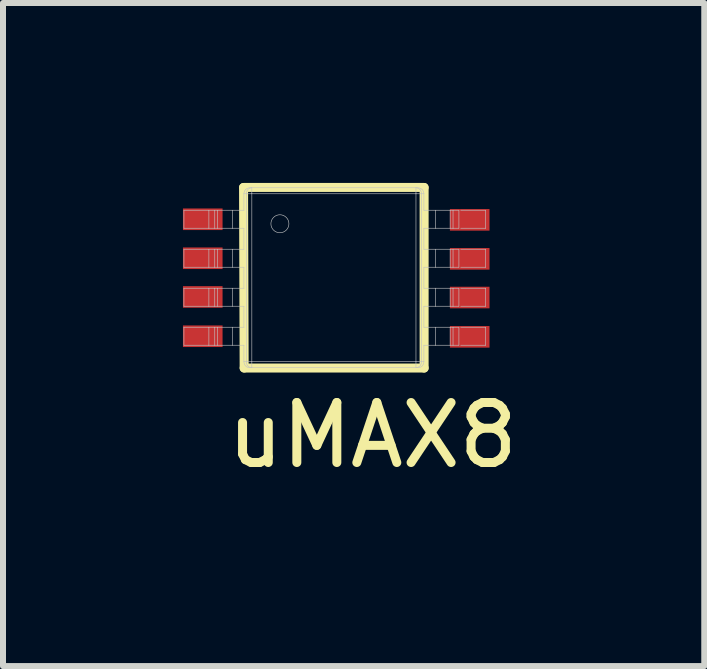
<source format=kicad_pcb>
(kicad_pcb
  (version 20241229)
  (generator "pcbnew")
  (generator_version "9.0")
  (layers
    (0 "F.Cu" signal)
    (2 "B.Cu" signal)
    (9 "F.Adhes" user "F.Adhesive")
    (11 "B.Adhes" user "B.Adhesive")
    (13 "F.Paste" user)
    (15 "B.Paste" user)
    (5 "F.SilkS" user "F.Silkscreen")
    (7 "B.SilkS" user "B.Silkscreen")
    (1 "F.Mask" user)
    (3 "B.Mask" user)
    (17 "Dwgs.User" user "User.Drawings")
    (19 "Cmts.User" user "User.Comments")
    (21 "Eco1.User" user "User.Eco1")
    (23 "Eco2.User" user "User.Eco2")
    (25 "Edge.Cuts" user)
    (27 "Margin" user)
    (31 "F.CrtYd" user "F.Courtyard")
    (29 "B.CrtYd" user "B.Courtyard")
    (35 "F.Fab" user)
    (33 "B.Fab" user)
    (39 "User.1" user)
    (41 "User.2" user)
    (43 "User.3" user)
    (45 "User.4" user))
  (footprint "uMAX8"
    (layer "F.Cu")
    (at 2.55 1.575)
    (property "Reference" "uMAX8" (at 0.61 2.63 0) (layer "F.SilkS") (effects (font (size 1 1) (thickness 0.15))))
    (attr through_hole)
    (fp_line (start -1.54 -1.5) (end 1.47 -1.5) (stroke (width 0.15) (type solid)) (layer "F.SilkS"))
    (fp_line (start -1.53 1.51) (end -1.54 -1.5) (stroke (width 0.15) (type solid)) (layer "F.SilkS"))
    (fp_line (start 1.47 -1.5) (end 1.47 1.51) (stroke (width 0.15) (type solid)) (layer "F.SilkS"))
    (fp_line (start 1.47 1.51) (end -1.53 1.51) (stroke (width 0.15) (type solid)) (layer "F.SilkS"))
    (fp_line (start -2.534 -0.82) (end -2.534 -1.12) (stroke (width 0.01) (type solid)) (layer "Dwgs.User"))
    (fp_line (start -2.534 -0.82) (end -2.118 -0.82) (stroke (width 0.01) (type solid)) (layer "Dwgs.User"))
    (fp_line (start -2.534 -0.17) (end -2.534 -0.47) (stroke (width 0.01) (type solid)) (layer "Dwgs.User"))
    (fp_line (start -2.534 -0.17) (end -2.118 -0.17) (stroke (width 0.01) (type solid)) (layer "Dwgs.User"))
    (fp_line (start -2.534 0.48) (end -2.534 0.18) (stroke (width 0.01) (type solid)) (layer "Dwgs.User"))
    (fp_line (start -2.534 0.48) (end -2.118 0.48) (stroke (width 0.01) (type solid)) (layer "Dwgs.User"))
    (fp_line (start -2.534 1.13) (end -2.534 0.83) (stroke (width 0.01) (type solid)) (layer "Dwgs.User"))
    (fp_line (start -2.534 1.13) (end -2.118 1.13) (stroke (width 0.01) (type solid)) (layer "Dwgs.User"))
    (fp_line (start -2.118 -1.12) (end -2.534 -1.12) (stroke (width 0.01) (type solid)) (layer "Dwgs.User"))
    (fp_line (start -2.118 -1.12) (end -2.02 -1.12) (stroke (width 0.01) (type solid)) (layer "Dwgs.User"))
    (fp_line (start -2.118 -0.82) (end -2.118 -1.12) (stroke (width 0.01) (type solid)) (layer "Dwgs.User"))
    (fp_line (start -2.118 -0.82) (end -2.02 -0.82) (stroke (width 0.01) (type solid)) (layer "Dwgs.User"))
    (fp_line (start -2.118 -0.47) (end -2.534 -0.47) (stroke (width 0.01) (type solid)) (layer "Dwgs.User"))
    (fp_line (start -2.118 -0.47) (end -2.02 -0.47) (stroke (width 0.01) (type solid)) (layer "Dwgs.User"))
    (fp_line (start -2.118 -0.17) (end -2.118 -0.47) (stroke (width 0.01) (type solid)) (layer "Dwgs.User"))
    (fp_line (start -2.118 -0.17) (end -2.02 -0.17) (stroke (width 0.01) (type solid)) (layer "Dwgs.User"))
    (fp_line (start -2.118 0.18) (end -2.534 0.18) (stroke (width 0.01) (type solid)) (layer "Dwgs.User"))
    (fp_line (start -2.118 0.18) (end -2.02 0.18) (stroke (width 0.01) (type solid)) (layer "Dwgs.User"))
    (fp_line (start -2.118 0.48) (end -2.118 0.18) (stroke (width 0.01) (type solid)) (layer "Dwgs.User"))
    (fp_line (start -2.118 0.48) (end -2.02 0.48) (stroke (width 0.01) (type solid)) (layer "Dwgs.User"))
    (fp_line (start -2.118 0.83) (end -2.534 0.83) (stroke (width 0.01) (type solid)) (layer "Dwgs.User"))
    (fp_line (start -2.118 0.83) (end -2.02 0.83) (stroke (width 0.01) (type solid)) (layer "Dwgs.User"))
    (fp_line (start -2.118 1.13) (end -2.118 0.83) (stroke (width 0.01) (type solid)) (layer "Dwgs.User"))
    (fp_line (start -2.118 1.13) (end -2.02 1.13) (stroke (width 0.01) (type solid)) (layer "Dwgs.User"))
    (fp_line (start -2.02 -1.12) (end -2.02 -0.82) (stroke (width 0.01) (type solid)) (layer "Dwgs.User"))
    (fp_line (start -2.02 -0.82) (end -1.972 -0.82) (stroke (width 0.01) (type solid)) (layer "Dwgs.User"))
    (fp_line (start -2.02 -0.47) (end -2.02 -0.17) (stroke (width 0.01) (type solid)) (layer "Dwgs.User"))
    (fp_line (start -2.02 -0.17) (end -1.972 -0.17) (stroke (width 0.01) (type solid)) (layer "Dwgs.User"))
    (fp_line (start -2.02 0.18) (end -2.02 0.48) (stroke (width 0.01) (type solid)) (layer "Dwgs.User"))
    (fp_line (start -2.02 0.48) (end -1.972 0.48) (stroke (width 0.01) (type solid)) (layer "Dwgs.User"))
    (fp_line (start -2.02 0.83) (end -2.02 1.13) (stroke (width 0.01) (type solid)) (layer "Dwgs.User"))
    (fp_line (start -2.02 1.13) (end -1.972 1.13) (stroke (width 0.01) (type solid)) (layer "Dwgs.User"))
    (fp_line (start -1.972 -1.12) (end -2.02 -1.12) (stroke (width 0.01) (type solid)) (layer "Dwgs.User"))
    (fp_line (start -1.972 -1.12) (end -1.972 -0.82) (stroke (width 0.01) (type solid)) (layer "Dwgs.User"))
    (fp_line (start -1.972 -0.82) (end -1.726 -0.82) (stroke (width 0.01) (type solid)) (layer "Dwgs.User"))
    (fp_line (start -1.972 -0.47) (end -2.02 -0.47) (stroke (width 0.01) (type solid)) (layer "Dwgs.User"))
    (fp_line (start -1.972 -0.47) (end -1.972 -0.17) (stroke (width 0.01) (type solid)) (layer "Dwgs.User"))
    (fp_line (start -1.972 -0.17) (end -1.726 -0.17) (stroke (width 0.01) (type solid)) (layer "Dwgs.User"))
    (fp_line (start -1.972 0.18) (end -2.02 0.18) (stroke (width 0.01) (type solid)) (layer "Dwgs.User"))
    (fp_line (start -1.972 0.18) (end -1.972 0.48) (stroke (width 0.01) (type solid)) (layer "Dwgs.User"))
    (fp_line (start -1.972 0.48) (end -1.726 0.48) (stroke (width 0.01) (type solid)) (layer "Dwgs.User"))
    (fp_line (start -1.972 0.83) (end -2.02 0.83) (stroke (width 0.01) (type solid)) (layer "Dwgs.User"))
    (fp_line (start -1.972 0.83) (end -1.972 1.13) (stroke (width 0.01) (type solid)) (layer "Dwgs.User"))
    (fp_line (start -1.972 1.13) (end -1.726 1.13) (stroke (width 0.01) (type solid)) (layer "Dwgs.User"))
    (fp_line (start -1.726 -1.12) (end -1.972 -1.12) (stroke (width 0.01) (type solid)) (layer "Dwgs.User"))
    (fp_line (start -1.726 -1.12) (end -1.726 -0.82) (stroke (width 0.01) (type solid)) (layer "Dwgs.User"))
    (fp_line (start -1.726 -0.82) (end -1.532 -0.82) (stroke (width 0.01) (type solid)) (layer "Dwgs.User"))
    (fp_line (start -1.726 -0.47) (end -1.972 -0.47) (stroke (width 0.01) (type solid)) (layer "Dwgs.User"))
    (fp_line (start -1.726 -0.47) (end -1.726 -0.17) (stroke (width 0.01) (type solid)) (layer "Dwgs.User"))
    (fp_line (start -1.726 -0.17) (end -1.532 -0.17) (stroke (width 0.01) (type solid)) (layer "Dwgs.User"))
    (fp_line (start -1.726 0.18) (end -1.972 0.18) (stroke (width 0.01) (type solid)) (layer "Dwgs.User"))
    (fp_line (start -1.726 0.18) (end -1.726 0.48) (stroke (width 0.01) (type solid)) (layer "Dwgs.User"))
    (fp_line (start -1.726 0.48) (end -1.532 0.48) (stroke (width 0.01) (type solid)) (layer "Dwgs.User"))
    (fp_line (start -1.726 0.83) (end -1.972 0.83) (stroke (width 0.01) (type solid)) (layer "Dwgs.User"))
    (fp_line (start -1.726 0.83) (end -1.726 1.13) (stroke (width 0.01) (type solid)) (layer "Dwgs.User"))
    (fp_line (start -1.726 1.13) (end -1.532 1.13) (stroke (width 0.01) (type solid)) (layer "Dwgs.User"))
    (fp_line (start -1.534 -1.395) (end -1.493 -1.395) (stroke (width 0.01) (type solid)) (layer "Dwgs.User"))
    (fp_line (start -1.534 -1.12) (end -1.534 -1.395) (stroke (width 0.01) (type solid)) (layer "Dwgs.User"))
    (fp_line (start -1.534 -0.47) (end -1.534 -0.82) (stroke (width 0.01) (type solid)) (layer "Dwgs.User"))
    (fp_line (start -1.534 0.18) (end -1.534 -0.17) (stroke (width 0.01) (type solid)) (layer "Dwgs.User"))
    (fp_line (start -1.534 0.83) (end -1.534 0.48) (stroke (width 0.01) (type solid)) (layer "Dwgs.User"))
    (fp_line (start -1.534 1.405) (end -1.534 1.13) (stroke (width 0.01) (type solid)) (layer "Dwgs.User"))
    (fp_line (start -1.532 -1.12) (end -1.726 -1.12) (stroke (width 0.01) (type solid)) (layer "Dwgs.User"))
    (fp_line (start -1.532 -0.47) (end -1.726 -0.47) (stroke (width 0.01) (type solid)) (layer "Dwgs.User"))
    (fp_line (start -1.532 0.18) (end -1.726 0.18) (stroke (width 0.01) (type solid)) (layer "Dwgs.User"))
    (fp_line (start -1.532 0.83) (end -1.726 0.83) (stroke (width 0.01) (type solid)) (layer "Dwgs.User"))
    (fp_line (start -1.493 1.405) (end -1.534 1.405) (stroke (width 0.01) (type solid)) (layer "Dwgs.User"))
    (fp_line (start -1.493 -1.395) (end -1.402 -1.395) (stroke (width 0.01) (type solid)) (layer "Dwgs.User"))
    (fp_line (start -1.493 1.405) (end -1.493 -1.395) (stroke (width 0.01) (type solid)) (layer "Dwgs.User"))
    (fp_line (start -1.434 -1.495) (end -1.402 -1.495) (stroke (width 0.01) (type solid)) (layer "Dwgs.User"))
    (fp_line (start -1.402 -1.495) (end -1.402 -1.395) (stroke (width 0.01) (type solid)) (layer "Dwgs.User"))
    (fp_line (start -1.402 -1.495) (end 1.334 -1.495) (stroke (width 0.01) (type solid)) (layer "Dwgs.User"))
    (fp_line (start -1.402 -1.395) (end -1.402 1.405) (stroke (width 0.01) (type solid)) (layer "Dwgs.User"))
    (fp_line (start -1.402 -1.395) (end 1.334 -1.395) (stroke (width 0.01) (type solid)) (layer "Dwgs.User"))
    (fp_line (start -1.402 1.405) (end -1.493 1.405) (stroke (width 0.01) (type solid)) (layer "Dwgs.User"))
    (fp_line (start -1.402 1.405) (end -1.402 1.505) (stroke (width 0.01) (type solid)) (layer "Dwgs.User"))
    (fp_line (start -1.402 1.505) (end -1.434 1.505) (stroke (width 0.01) (type solid)) (layer "Dwgs.User"))
    (fp_line (start 1.334 -1.495) (end 1.366 -1.495) (stroke (width 0.01) (type solid)) (layer "Dwgs.User"))
    (fp_line (start 1.334 -1.395) (end 1.334 -1.495) (stroke (width 0.01) (type solid)) (layer "Dwgs.User"))
    (fp_line (start 1.334 -1.395) (end 1.334 1.405) (stroke (width 0.01) (type solid)) (layer "Dwgs.User"))
    (fp_line (start 1.334 -1.395) (end 1.426 -1.395) (stroke (width 0.01) (type solid)) (layer "Dwgs.User"))
    (fp_line (start 1.334 1.405) (end -1.402 1.405) (stroke (width 0.01) (type solid)) (layer "Dwgs.User"))
    (fp_line (start 1.334 1.405) (end 1.426 1.405) (stroke (width 0.01) (type solid)) (layer "Dwgs.User"))
    (fp_line (start 1.334 1.505) (end -1.402 1.505) (stroke (width 0.01) (type solid)) (layer "Dwgs.User"))
    (fp_line (start 1.334 1.505) (end 1.334 1.405) (stroke (width 0.01) (type solid)) (layer "Dwgs.User"))
    (fp_line (start 1.366 1.505) (end 1.334 1.505) (stroke (width 0.01) (type solid)) (layer "Dwgs.User"))
    (fp_line (start 1.425 -1.395) (end 1.425 1.405) (stroke (width 0.01) (type solid)) (layer "Dwgs.User"))
    (fp_line (start 1.425 1.405) (end 1.466 1.405) (stroke (width 0.01) (type solid)) (layer "Dwgs.User"))
    (fp_line (start 1.426 -1.395) (end 1.466 -1.395) (stroke (width 0.01) (type solid)) (layer "Dwgs.User"))
    (fp_line (start 1.466 -1.395) (end 1.466 -1.12) (stroke (width 0.01) (type solid)) (layer "Dwgs.User"))
    (fp_line (start 1.466 -0.82) (end 1.466 -0.47) (stroke (width 0.01) (type solid)) (layer "Dwgs.User"))
    (fp_line (start 1.466 -0.17) (end 1.466 0.18) (stroke (width 0.01) (type solid)) (layer "Dwgs.User"))
    (fp_line (start 1.466 0.48) (end 1.466 0.83) (stroke (width 0.01) (type solid)) (layer "Dwgs.User"))
    (fp_line (start 1.466 1.13) (end 1.466 1.405) (stroke (width 0.01) (type solid)) (layer "Dwgs.User"))
    (fp_line (start 1.658 -1.12) (end 1.465 -1.12) (stroke (width 0.01) (type solid)) (layer "Dwgs.User"))
    (fp_line (start 1.658 -1.12) (end 1.658 -0.82) (stroke (width 0.01) (type solid)) (layer "Dwgs.User"))
    (fp_line (start 1.658 -0.82) (end 1.465 -0.82) (stroke (width 0.01) (type solid)) (layer "Dwgs.User"))
    (fp_line (start 1.658 -0.82) (end 1.904 -0.82) (stroke (width 0.01) (type solid)) (layer "Dwgs.User"))
    (fp_line (start 1.658 -0.47) (end 1.465 -0.47) (stroke (width 0.01) (type solid)) (layer "Dwgs.User"))
    (fp_line (start 1.658 -0.47) (end 1.658 -0.17) (stroke (width 0.01) (type solid)) (layer "Dwgs.User"))
    (fp_line (start 1.658 -0.17) (end 1.465 -0.17) (stroke (width 0.01) (type solid)) (layer "Dwgs.User"))
    (fp_line (start 1.658 -0.17) (end 1.904 -0.17) (stroke (width 0.01) (type solid)) (layer "Dwgs.User"))
    (fp_line (start 1.658 0.18) (end 1.465 0.18) (stroke (width 0.01) (type solid)) (layer "Dwgs.User"))
    (fp_line (start 1.658 0.18) (end 1.658 0.48) (stroke (width 0.01) (type solid)) (layer "Dwgs.User"))
    (fp_line (start 1.658 0.48) (end 1.465 0.48) (stroke (width 0.01) (type solid)) (layer "Dwgs.User"))
    (fp_line (start 1.658 0.48) (end 1.904 0.48) (stroke (width 0.01) (type solid)) (layer "Dwgs.User"))
    (fp_line (start 1.658 0.83) (end 1.465 0.83) (stroke (width 0.01) (type solid)) (layer "Dwgs.User"))
    (fp_line (start 1.658 0.83) (end 1.658 1.13) (stroke (width 0.01) (type solid)) (layer "Dwgs.User"))
    (fp_line (start 1.658 1.13) (end 1.465 1.13) (stroke (width 0.01) (type solid)) (layer "Dwgs.User"))
    (fp_line (start 1.658 1.13) (end 1.904 1.13) (stroke (width 0.01) (type solid)) (layer "Dwgs.User"))
    (fp_line (start 1.904 -1.12) (end 1.658 -1.12) (stroke (width 0.01) (type solid)) (layer "Dwgs.User"))
    (fp_line (start 1.904 -0.82) (end 1.904 -1.12) (stroke (width 0.01) (type solid)) (layer "Dwgs.User"))
    (fp_line (start 1.904 -0.47) (end 1.658 -0.47) (stroke (width 0.01) (type solid)) (layer "Dwgs.User"))
    (fp_line (start 1.904 -0.17) (end 1.904 -0.47) (stroke (width 0.01) (type solid)) (layer "Dwgs.User"))
    (fp_line (start 1.904 0.18) (end 1.658 0.18) (stroke (width 0.01) (type solid)) (layer "Dwgs.User"))
    (fp_line (start 1.904 0.48) (end 1.904 0.18) (stroke (width 0.01) (type solid)) (layer "Dwgs.User"))
    (fp_line (start 1.904 0.83) (end 1.658 0.83) (stroke (width 0.01) (type solid)) (layer "Dwgs.User"))
    (fp_line (start 1.904 1.13) (end 1.904 0.83) (stroke (width 0.01) (type solid)) (layer "Dwgs.User"))
    (fp_line (start 1.952 -1.12) (end 1.904 -1.12) (stroke (width 0.01) (type solid)) (layer "Dwgs.User"))
    (fp_line (start 1.952 -1.12) (end 1.952 -0.82) (stroke (width 0.01) (type solid)) (layer "Dwgs.User"))
    (fp_line (start 1.952 -0.82) (end 1.904 -0.82) (stroke (width 0.01) (type solid)) (layer "Dwgs.User"))
    (fp_line (start 1.952 -0.47) (end 1.904 -0.47) (stroke (width 0.01) (type solid)) (layer "Dwgs.User"))
    (fp_line (start 1.952 -0.47) (end 1.952 -0.17) (stroke (width 0.01) (type solid)) (layer "Dwgs.User"))
    (fp_line (start 1.952 -0.17) (end 1.904 -0.17) (stroke (width 0.01) (type solid)) (layer "Dwgs.User"))
    (fp_line (start 1.952 0.18) (end 1.904 0.18) (stroke (width 0.01) (type solid)) (layer "Dwgs.User"))
    (fp_line (start 1.952 0.18) (end 1.952 0.48) (stroke (width 0.01) (type solid)) (layer "Dwgs.User"))
    (fp_line (start 1.952 0.48) (end 1.904 0.48) (stroke (width 0.01) (type solid)) (layer "Dwgs.User"))
    (fp_line (start 1.952 0.83) (end 1.904 0.83) (stroke (width 0.01) (type solid)) (layer "Dwgs.User"))
    (fp_line (start 1.952 0.83) (end 1.952 1.13) (stroke (width 0.01) (type solid)) (layer "Dwgs.User"))
    (fp_line (start 1.952 1.13) (end 1.904 1.13) (stroke (width 0.01) (type solid)) (layer "Dwgs.User"))
    (fp_line (start 2.05 -1.12) (end 1.952 -1.12) (stroke (width 0.01) (type solid)) (layer "Dwgs.User"))
    (fp_line (start 2.05 -1.12) (end 2.05 -0.82) (stroke (width 0.01) (type solid)) (layer "Dwgs.User"))
    (fp_line (start 2.05 -0.82) (end 1.952 -0.82) (stroke (width 0.01) (type solid)) (layer "Dwgs.User"))
    (fp_line (start 2.05 -0.47) (end 1.952 -0.47) (stroke (width 0.01) (type solid)) (layer "Dwgs.User"))
    (fp_line (start 2.05 -0.47) (end 2.05 -0.17) (stroke (width 0.01) (type solid)) (layer "Dwgs.User"))
    (fp_line (start 2.05 -0.17) (end 1.952 -0.17) (stroke (width 0.01) (type solid)) (layer "Dwgs.User"))
    (fp_line (start 2.05 0.18) (end 1.952 0.18) (stroke (width 0.01) (type solid)) (layer "Dwgs.User"))
    (fp_line (start 2.05 0.18) (end 2.05 0.48) (stroke (width 0.01) (type solid)) (layer "Dwgs.User"))
    (fp_line (start 2.05 0.48) (end 1.952 0.48) (stroke (width 0.01) (type solid)) (layer "Dwgs.User"))
    (fp_line (start 2.05 0.83) (end 1.952 0.83) (stroke (width 0.01) (type solid)) (layer "Dwgs.User"))
    (fp_line (start 2.05 0.83) (end 2.05 1.13) (stroke (width 0.01) (type solid)) (layer "Dwgs.User"))
    (fp_line (start 2.05 1.13) (end 1.952 1.13) (stroke (width 0.01) (type solid)) (layer "Dwgs.User"))
    (fp_line (start 2.496 -1.12) (end 2.08 -1.12) (stroke (width 0.01) (type solid)) (layer "Dwgs.User"))
    (fp_line (start 2.496 -1.12) (end 2.496 -0.82) (stroke (width 0.01) (type solid)) (layer "Dwgs.User"))
    (fp_line (start 2.496 -0.82) (end 2.08 -0.82) (stroke (width 0.01) (type solid)) (layer "Dwgs.User"))
    (fp_line (start 2.496 -0.47) (end 2.08 -0.47) (stroke (width 0.01) (type solid)) (layer "Dwgs.User"))
    (fp_line (start 2.496 -0.47) (end 2.496 -0.17) (stroke (width 0.01) (type solid)) (layer "Dwgs.User"))
    (fp_line (start 2.496 -0.17) (end 2.08 -0.17) (stroke (width 0.01) (type solid)) (layer "Dwgs.User"))
    (fp_line (start 2.496 0.18) (end 2.08 0.18) (stroke (width 0.01) (type solid)) (layer "Dwgs.User"))
    (fp_line (start 2.496 0.18) (end 2.496 0.48) (stroke (width 0.01) (type solid)) (layer "Dwgs.User"))
    (fp_line (start 2.496 0.48) (end 2.08 0.48) (stroke (width 0.01) (type solid)) (layer "Dwgs.User"))
    (fp_line (start 2.496 0.83) (end 2.08 0.83) (stroke (width 0.01) (type solid)) (layer "Dwgs.User"))
    (fp_line (start 2.496 0.83) (end 2.496 1.13) (stroke (width 0.01) (type solid)) (layer "Dwgs.User"))
    (fp_line (start 2.496 1.13) (end 2.08 1.13) (stroke (width 0.01) (type solid)) (layer "Dwgs.User"))
    (fp_arc (start -1.53394 -1.395) (mid -1.526328 -1.433268) (end -1.504651 -1.46571) (stroke (width 0.01) (type solid)) (layer "Dwgs.User"))
    (fp_arc (start -1.504652 -1.465711) (mid -1.47221 -1.487388) (end -1.433941 -1.495) (stroke (width 0.01) (type solid)) (layer "Dwgs.User"))
    (fp_arc (start -1.493487 -1.394999) (mid -1.46862 -1.463909) (end -1.402285 -1.495) (stroke (width 0.01) (type solid)) (layer "Dwgs.User"))
    (fp_arc (start -1.433941 1.505001) (mid -1.504652 1.475712) (end -1.533941 1.405001) (stroke (width 0.01) (type solid)) (layer "Dwgs.User"))
    (fp_arc (start -1.402285 1.505) (mid -1.46853 1.473829) (end -1.493486 1.405001) (stroke (width 0.01) (type solid)) (layer "Dwgs.User"))
    (fp_arc (start 1.334403 -1.494999) (mid 1.400652 -1.463831) (end 1.425605 -1.395) (stroke (width 0.01) (type solid)) (layer "Dwgs.User"))
    (fp_arc (start 1.36606 -1.494999) (mid 1.404328 -1.487387) (end 1.43677 -1.46571) (stroke (width 0.01) (type solid)) (layer "Dwgs.User"))
    (fp_arc (start 1.425606 1.405001) (mid 1.40065 1.47383) (end 1.334404 1.505001) (stroke (width 0.01) (type solid)) (layer "Dwgs.User"))
    (fp_arc (start 1.436771 -1.465711) (mid 1.458448 -1.433269) (end 1.46606 -1.395) (stroke (width 0.01) (type solid)) (layer "Dwgs.User"))
    (fp_arc (start 1.46606 1.405001) (mid 1.436771 1.475712) (end 1.36606 1.505001) (stroke (width 0.01) (type solid)) (layer "Dwgs.User"))
    (fp_circle (center -0.934 -0.895) (end -0.784 -0.895) (stroke (width 0.01) (type solid)) (fill no) (layer "Dwgs.User"))
    (pad "1" smd rect (at -2.22 -0.97) (size 0.66 0.36) (layers "F.Cu" "F.Mask" "F.Paste"))
    (pad "2" smd rect (at -2.22 -0.32) (size 0.66 0.36) (layers "F.Cu" "F.Mask" "F.Paste"))
    (pad "3" smd rect (at -2.22 0.325) (size 0.66 0.36) (layers "F.Cu" "F.Mask" "F.Paste"))
    (pad "4" smd rect (at -2.22 0.98) (size 0.66 0.36) (layers "F.Cu" "F.Mask" "F.Paste"))
    (pad "5" smd rect (at 2.23 0.99) (size 0.66 0.36) (layers "F.Cu" "F.Mask" "F.Paste"))
    (pad "6" smd rect (at 2.23 0.335) (size 0.66 0.36) (layers "F.Cu" "F.Mask" "F.Paste"))
    (pad "7" smd rect (at 2.23 -0.31) (size 0.66 0.36) (layers "F.Cu" "F.Mask" "F.Paste"))
    (pad "8" smd rect (at 2.23 -0.96) (size 0.66 0.36) (layers "F.Cu" "F.Mask" "F.Paste")))
  (gr_rect
    (start -3 -3)
    (end 8.69 8.053)
    (stroke (width 0.1) (type default))
    (fill no)
    (layer "Edge.Cuts")))
</source>
